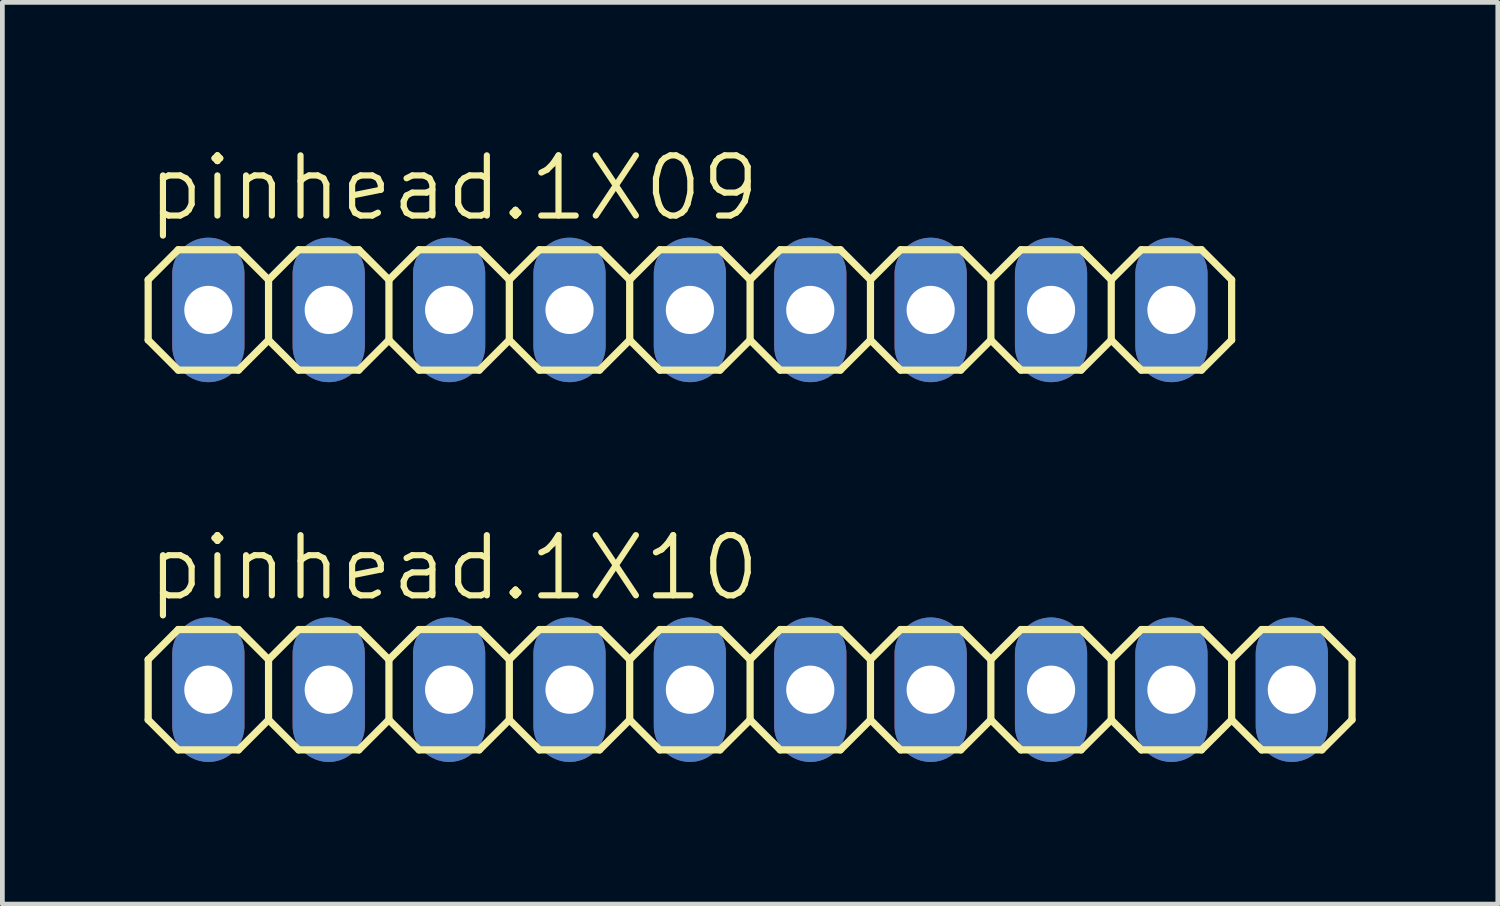
<source format=kicad_pcb>
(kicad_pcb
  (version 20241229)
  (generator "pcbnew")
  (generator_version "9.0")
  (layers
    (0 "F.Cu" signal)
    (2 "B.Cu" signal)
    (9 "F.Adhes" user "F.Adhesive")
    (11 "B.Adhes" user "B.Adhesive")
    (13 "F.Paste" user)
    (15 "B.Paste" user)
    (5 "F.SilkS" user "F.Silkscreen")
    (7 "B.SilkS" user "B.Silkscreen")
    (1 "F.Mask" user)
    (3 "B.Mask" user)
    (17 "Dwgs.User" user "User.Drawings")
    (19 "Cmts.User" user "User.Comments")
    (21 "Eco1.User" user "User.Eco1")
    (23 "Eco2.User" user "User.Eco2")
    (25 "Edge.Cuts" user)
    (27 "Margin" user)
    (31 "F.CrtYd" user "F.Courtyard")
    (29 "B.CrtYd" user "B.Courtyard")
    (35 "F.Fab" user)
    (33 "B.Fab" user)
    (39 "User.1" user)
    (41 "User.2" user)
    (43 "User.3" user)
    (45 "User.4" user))
  (footprint "pinhead.1X10"
    (layer "F.Cu")
    (at 12.776 11.502)
    (property "Reference" "pinhead.1X10" (at -12.776 -1.829 0) (layer "F.SilkS") (effects (font (size 1.27 1.27) (thickness 0.13)) (justify left bottom)))
    (attr through_hole)
    (fp_line (start -12.7 -0.635) (end -12.7 0.635) (stroke (width 0.152) (type default)) (layer "F.SilkS"))
    (fp_line (start -12.7 0.635) (end -12.065 1.27) (stroke (width 0.152) (type default)) (layer "F.SilkS"))
    (fp_line (start -12.065 -1.27) (end -12.7 -0.635) (stroke (width 0.152) (type default)) (layer "F.SilkS"))
    (fp_line (start -12.065 -1.27) (end -10.795 -1.27) (stroke (width 0.152) (type default)) (layer "F.SilkS"))
    (fp_line (start -10.795 -1.27) (end -10.16 -0.635) (stroke (width 0.152) (type default)) (layer "F.SilkS"))
    (fp_line (start -10.795 1.27) (end -12.065 1.27) (stroke (width 0.152) (type default)) (layer "F.SilkS"))
    (fp_line (start -10.16 -0.635) (end -10.16 0.635) (stroke (width 0.152) (type default)) (layer "F.SilkS"))
    (fp_line (start -10.16 -0.635) (end -9.525 -1.27) (stroke (width 0.152) (type default)) (layer "F.SilkS"))
    (fp_line (start -10.16 0.635) (end -10.795 1.27) (stroke (width 0.152) (type default)) (layer "F.SilkS"))
    (fp_line (start -9.525 -1.27) (end -8.255 -1.27) (stroke (width 0.152) (type default)) (layer "F.SilkS"))
    (fp_line (start -9.525 1.27) (end -10.16 0.635) (stroke (width 0.152) (type default)) (layer "F.SilkS"))
    (fp_line (start -8.255 -1.27) (end -7.62 -0.635) (stroke (width 0.152) (type default)) (layer "F.SilkS"))
    (fp_line (start -8.255 1.27) (end -9.525 1.27) (stroke (width 0.152) (type default)) (layer "F.SilkS"))
    (fp_line (start -7.62 -0.635) (end -7.62 0.635) (stroke (width 0.152) (type default)) (layer "F.SilkS"))
    (fp_line (start -7.62 -0.635) (end -6.985 -1.27) (stroke (width 0.152) (type default)) (layer "F.SilkS"))
    (fp_line (start -7.62 0.635) (end -8.255 1.27) (stroke (width 0.152) (type default)) (layer "F.SilkS"))
    (fp_line (start -6.985 -1.27) (end -5.715 -1.27) (stroke (width 0.152) (type default)) (layer "F.SilkS"))
    (fp_line (start -6.985 1.27) (end -7.62 0.635) (stroke (width 0.152) (type default)) (layer "F.SilkS"))
    (fp_line (start -5.715 -1.27) (end -5.08 -0.635) (stroke (width 0.152) (type default)) (layer "F.SilkS"))
    (fp_line (start -5.715 1.27) (end -6.985 1.27) (stroke (width 0.152) (type default)) (layer "F.SilkS"))
    (fp_line (start -5.08 -0.635) (end -5.08 0.635) (stroke (width 0.152) (type default)) (layer "F.SilkS"))
    (fp_line (start -5.08 0.635) (end -5.715 1.27) (stroke (width 0.152) (type default)) (layer "F.SilkS"))
    (fp_line (start -5.08 0.635) (end -4.445 1.27) (stroke (width 0.152) (type default)) (layer "F.SilkS"))
    (fp_line (start -4.445 -1.27) (end -5.08 -0.635) (stroke (width 0.152) (type default)) (layer "F.SilkS"))
    (fp_line (start -4.445 -1.27) (end -3.175 -1.27) (stroke (width 0.152) (type default)) (layer "F.SilkS"))
    (fp_line (start -3.175 -1.27) (end -2.54 -0.635) (stroke (width 0.152) (type default)) (layer "F.SilkS"))
    (fp_line (start -3.175 1.27) (end -4.445 1.27) (stroke (width 0.152) (type default)) (layer "F.SilkS"))
    (fp_line (start -2.54 -0.635) (end -2.54 0.635) (stroke (width 0.152) (type default)) (layer "F.SilkS"))
    (fp_line (start -2.54 -0.635) (end -1.905 -1.27) (stroke (width 0.152) (type default)) (layer "F.SilkS"))
    (fp_line (start -2.54 0.635) (end -3.175 1.27) (stroke (width 0.152) (type default)) (layer "F.SilkS"))
    (fp_line (start -1.905 -1.27) (end -0.635 -1.27) (stroke (width 0.152) (type default)) (layer "F.SilkS"))
    (fp_line (start -1.905 1.27) (end -2.54 0.635) (stroke (width 0.152) (type default)) (layer "F.SilkS"))
    (fp_line (start -0.635 -1.27) (end 0 -0.635) (stroke (width 0.152) (type default)) (layer "F.SilkS"))
    (fp_line (start -0.635 1.27) (end -1.905 1.27) (stroke (width 0.152) (type default)) (layer "F.SilkS"))
    (fp_line (start 0 -0.635) (end 0 0.635) (stroke (width 0.152) (type default)) (layer "F.SilkS"))
    (fp_line (start 0 -0.635) (end 0.635 -1.27) (stroke (width 0.152) (type default)) (layer "F.SilkS"))
    (fp_line (start 0 0.635) (end -0.635 1.27) (stroke (width 0.152) (type default)) (layer "F.SilkS"))
    (fp_line (start 0.635 -1.27) (end 1.905 -1.27) (stroke (width 0.152) (type default)) (layer "F.SilkS"))
    (fp_line (start 0.635 1.27) (end 0 0.635) (stroke (width 0.152) (type default)) (layer "F.SilkS"))
    (fp_line (start 1.905 -1.27) (end 2.54 -0.635) (stroke (width 0.152) (type default)) (layer "F.SilkS"))
    (fp_line (start 1.905 1.27) (end 0.635 1.27) (stroke (width 0.152) (type default)) (layer "F.SilkS"))
    (fp_line (start 2.54 -0.635) (end 2.54 0.635) (stroke (width 0.152) (type default)) (layer "F.SilkS"))
    (fp_line (start 2.54 0.635) (end 1.905 1.27) (stroke (width 0.152) (type default)) (layer "F.SilkS"))
    (fp_line (start 2.54 0.635) (end 3.175 1.27) (stroke (width 0.152) (type default)) (layer "F.SilkS"))
    (fp_line (start 3.175 -1.27) (end 2.54 -0.635) (stroke (width 0.152) (type default)) (layer "F.SilkS"))
    (fp_line (start 3.175 -1.27) (end 4.445 -1.27) (stroke (width 0.152) (type default)) (layer "F.SilkS"))
    (fp_line (start 4.445 -1.27) (end 5.08 -0.635) (stroke (width 0.152) (type default)) (layer "F.SilkS"))
    (fp_line (start 4.445 1.27) (end 3.175 1.27) (stroke (width 0.152) (type default)) (layer "F.SilkS"))
    (fp_line (start 5.08 -0.635) (end 5.08 0.635) (stroke (width 0.152) (type default)) (layer "F.SilkS"))
    (fp_line (start 5.08 -0.635) (end 5.715 -1.27) (stroke (width 0.152) (type default)) (layer "F.SilkS"))
    (fp_line (start 5.08 0.635) (end 4.445 1.27) (stroke (width 0.152) (type default)) (layer "F.SilkS"))
    (fp_line (start 5.715 -1.27) (end 6.985 -1.27) (stroke (width 0.152) (type default)) (layer "F.SilkS"))
    (fp_line (start 5.715 1.27) (end 5.08 0.635) (stroke (width 0.152) (type default)) (layer "F.SilkS"))
    (fp_line (start 6.985 -1.27) (end 7.62 -0.635) (stroke (width 0.152) (type default)) (layer "F.SilkS"))
    (fp_line (start 6.985 1.27) (end 5.715 1.27) (stroke (width 0.152) (type default)) (layer "F.SilkS"))
    (fp_line (start 7.62 -0.635) (end 7.62 0.635) (stroke (width 0.152) (type default)) (layer "F.SilkS"))
    (fp_line (start 7.62 -0.635) (end 8.255 -1.27) (stroke (width 0.152) (type default)) (layer "F.SilkS"))
    (fp_line (start 7.62 0.635) (end 6.985 1.27) (stroke (width 0.152) (type default)) (layer "F.SilkS"))
    (fp_line (start 8.255 -1.27) (end 9.525 -1.27) (stroke (width 0.152) (type default)) (layer "F.SilkS"))
    (fp_line (start 8.255 1.27) (end 7.62 0.635) (stroke (width 0.152) (type default)) (layer "F.SilkS"))
    (fp_line (start 9.525 -1.27) (end 10.16 -0.635) (stroke (width 0.152) (type default)) (layer "F.SilkS"))
    (fp_line (start 9.525 1.27) (end 8.255 1.27) (stroke (width 0.152) (type default)) (layer "F.SilkS"))
    (fp_line (start 10.16 -0.635) (end 10.16 0.635) (stroke (width 0.152) (type default)) (layer "F.SilkS"))
    (fp_line (start 10.16 0.635) (end 9.525 1.27) (stroke (width 0.152) (type default)) (layer "F.SilkS"))
    (fp_line (start 10.16 0.635) (end 10.795 1.27) (stroke (width 0.152) (type default)) (layer "F.SilkS"))
    (fp_line (start 10.795 -1.27) (end 10.16 -0.635) (stroke (width 0.152) (type default)) (layer "F.SilkS"))
    (fp_line (start 10.795 -1.27) (end 12.065 -1.27) (stroke (width 0.152) (type default)) (layer "F.SilkS"))
    (fp_line (start 12.065 -1.27) (end 12.7 -0.635) (stroke (width 0.152) (type default)) (layer "F.SilkS"))
    (fp_line (start 12.065 1.27) (end 10.795 1.27) (stroke (width 0.152) (type default)) (layer "F.SilkS"))
    (fp_line (start 12.7 -0.635) (end 12.7 0.635) (stroke (width 0.152) (type default)) (layer "F.SilkS"))
    (fp_line (start 12.7 0.635) (end 12.065 1.27) (stroke (width 0.152) (type default)) (layer "F.SilkS"))
    (fp_rect (start -11.684 0.254) (end -11.176 -0.254) (stroke (width 0.05) (type default)) (fill no) (layer "F.Fab"))
    (fp_rect (start -9.144 0.254) (end -8.636 -0.254) (stroke (width 0.05) (type default)) (fill no) (layer "F.Fab"))
    (fp_rect (start -6.604 0.254) (end -6.096 -0.254) (stroke (width 0.05) (type default)) (fill no) (layer "F.Fab"))
    (fp_rect (start -4.064 0.254) (end -3.556 -0.254) (stroke (width 0.05) (type default)) (fill no) (layer "F.Fab"))
    (fp_rect (start -1.524 0.254) (end -1.016 -0.254) (stroke (width 0.05) (type default)) (fill no) (layer "F.Fab"))
    (fp_rect (start 1.016 0.254) (end 1.524 -0.254) (stroke (width 0.05) (type default)) (fill no) (layer "F.Fab"))
    (fp_rect (start 3.556 0.254) (end 4.064 -0.254) (stroke (width 0.05) (type default)) (fill no) (layer "F.Fab"))
    (fp_rect (start 6.096 0.254) (end 6.604 -0.254) (stroke (width 0.05) (type default)) (fill no) (layer "F.Fab"))
    (fp_rect (start 8.636 0.254) (end 9.144 -0.254) (stroke (width 0.05) (type default)) (fill no) (layer "F.Fab"))
    (fp_rect (start 11.176 0.254) (end 11.684 -0.254) (stroke (width 0.05) (type default)) (fill no) (layer "F.Fab"))
    (pad "1" thru_hole oval (at -11.43 0 90) (size 3.048 1.524) (drill 1.016) (layers "*.Cu" "*.Mask"))
    (pad "2" thru_hole oval (at -8.89 0 90) (size 3.048 1.524) (drill 1.016) (layers "*.Cu" "*.Mask"))
    (pad "3" thru_hole oval (at -6.35 0 90) (size 3.048 1.524) (drill 1.016) (layers "*.Cu" "*.Mask"))
    (pad "4" thru_hole oval (at -3.81 0 90) (size 3.048 1.524) (drill 1.016) (layers "*.Cu" "*.Mask"))
    (pad "5" thru_hole oval (at -1.27 0 90) (size 3.048 1.524) (drill 1.016) (layers "*.Cu" "*.Mask"))
    (pad "6" thru_hole oval (at 1.27 0 90) (size 3.048 1.524) (drill 1.016) (layers "*.Cu" "*.Mask"))
    (pad "7" thru_hole oval (at 3.81 0 90) (size 3.048 1.524) (drill 1.016) (layers "*.Cu" "*.Mask"))
    (pad "8" thru_hole oval (at 6.35 0 90) (size 3.048 1.524) (drill 1.016) (layers "*.Cu" "*.Mask"))
    (pad "9" thru_hole oval (at 8.89 0 90) (size 3.048 1.524) (drill 1.016) (layers "*.Cu" "*.Mask"))
    (pad "10" thru_hole oval (at 11.43 0 90) (size 3.048 1.524) (drill 1.016) (layers "*.Cu" "*.Mask")))
  (footprint "pinhead.1X09"
    (layer "F.Cu")
    (at 11.506 3.489)
    (property "Reference" "pinhead.1X09" (at -11.506 -1.829 0) (layer "F.SilkS") (effects (font (size 1.27 1.27) (thickness 0.13)) (justify left bottom)))
    (attr through_hole)
    (fp_line (start -11.43 -0.635) (end -11.43 0.635) (stroke (width 0.152) (type default)) (layer "F.SilkS"))
    (fp_line (start -11.43 0.635) (end -10.795 1.27) (stroke (width 0.152) (type default)) (layer "F.SilkS"))
    (fp_line (start -10.795 -1.27) (end -11.43 -0.635) (stroke (width 0.152) (type default)) (layer "F.SilkS"))
    (fp_line (start -10.795 -1.27) (end -9.525 -1.27) (stroke (width 0.152) (type default)) (layer "F.SilkS"))
    (fp_line (start -9.525 -1.27) (end -8.89 -0.635) (stroke (width 0.152) (type default)) (layer "F.SilkS"))
    (fp_line (start -9.525 1.27) (end -10.795 1.27) (stroke (width 0.152) (type default)) (layer "F.SilkS"))
    (fp_line (start -8.89 -0.635) (end -8.89 0.635) (stroke (width 0.152) (type default)) (layer "F.SilkS"))
    (fp_line (start -8.89 -0.635) (end -8.255 -1.27) (stroke (width 0.152) (type default)) (layer "F.SilkS"))
    (fp_line (start -8.89 0.635) (end -9.525 1.27) (stroke (width 0.152) (type default)) (layer "F.SilkS"))
    (fp_line (start -8.255 -1.27) (end -6.985 -1.27) (stroke (width 0.152) (type default)) (layer "F.SilkS"))
    (fp_line (start -8.255 1.27) (end -8.89 0.635) (stroke (width 0.152) (type default)) (layer "F.SilkS"))
    (fp_line (start -6.985 -1.27) (end -6.35 -0.635) (stroke (width 0.152) (type default)) (layer "F.SilkS"))
    (fp_line (start -6.985 1.27) (end -8.255 1.27) (stroke (width 0.152) (type default)) (layer "F.SilkS"))
    (fp_line (start -6.35 -0.635) (end -6.35 0.635) (stroke (width 0.152) (type default)) (layer "F.SilkS"))
    (fp_line (start -6.35 -0.635) (end -5.715 -1.27) (stroke (width 0.152) (type default)) (layer "F.SilkS"))
    (fp_line (start -6.35 0.635) (end -6.985 1.27) (stroke (width 0.152) (type default)) (layer "F.SilkS"))
    (fp_line (start -5.715 -1.27) (end -4.445 -1.27) (stroke (width 0.152) (type default)) (layer "F.SilkS"))
    (fp_line (start -5.715 1.27) (end -6.35 0.635) (stroke (width 0.152) (type default)) (layer "F.SilkS"))
    (fp_line (start -4.445 -1.27) (end -3.81 -0.635) (stroke (width 0.152) (type default)) (layer "F.SilkS"))
    (fp_line (start -4.445 1.27) (end -5.715 1.27) (stroke (width 0.152) (type default)) (layer "F.SilkS"))
    (fp_line (start -3.81 -0.635) (end -3.81 0.635) (stroke (width 0.152) (type default)) (layer "F.SilkS"))
    (fp_line (start -3.81 0.635) (end -4.445 1.27) (stroke (width 0.152) (type default)) (layer "F.SilkS"))
    (fp_line (start -3.81 0.635) (end -3.175 1.27) (stroke (width 0.152) (type default)) (layer "F.SilkS"))
    (fp_line (start -3.175 -1.27) (end -3.81 -0.635) (stroke (width 0.152) (type default)) (layer "F.SilkS"))
    (fp_line (start -3.175 -1.27) (end -1.905 -1.27) (stroke (width 0.152) (type default)) (layer "F.SilkS"))
    (fp_line (start -1.905 -1.27) (end -1.27 -0.635) (stroke (width 0.152) (type default)) (layer "F.SilkS"))
    (fp_line (start -1.905 1.27) (end -3.175 1.27) (stroke (width 0.152) (type default)) (layer "F.SilkS"))
    (fp_line (start -1.27 -0.635) (end -1.27 0.635) (stroke (width 0.152) (type default)) (layer "F.SilkS"))
    (fp_line (start -1.27 -0.635) (end -0.635 -1.27) (stroke (width 0.152) (type default)) (layer "F.SilkS"))
    (fp_line (start -1.27 0.635) (end -1.905 1.27) (stroke (width 0.152) (type default)) (layer "F.SilkS"))
    (fp_line (start -0.635 -1.27) (end 0.635 -1.27) (stroke (width 0.152) (type default)) (layer "F.SilkS"))
    (fp_line (start -0.635 1.27) (end -1.27 0.635) (stroke (width 0.152) (type default)) (layer "F.SilkS"))
    (fp_line (start 0.635 -1.27) (end 1.27 -0.635) (stroke (width 0.152) (type default)) (layer "F.SilkS"))
    (fp_line (start 0.635 1.27) (end -0.635 1.27) (stroke (width 0.152) (type default)) (layer "F.SilkS"))
    (fp_line (start 1.27 -0.635) (end 1.27 0.635) (stroke (width 0.152) (type default)) (layer "F.SilkS"))
    (fp_line (start 1.27 -0.635) (end 1.905 -1.27) (stroke (width 0.152) (type default)) (layer "F.SilkS"))
    (fp_line (start 1.27 0.635) (end 0.635 1.27) (stroke (width 0.152) (type default)) (layer "F.SilkS"))
    (fp_line (start 1.905 -1.27) (end 3.175 -1.27) (stroke (width 0.152) (type default)) (layer "F.SilkS"))
    (fp_line (start 1.905 1.27) (end 1.27 0.635) (stroke (width 0.152) (type default)) (layer "F.SilkS"))
    (fp_line (start 3.175 -1.27) (end 3.81 -0.635) (stroke (width 0.152) (type default)) (layer "F.SilkS"))
    (fp_line (start 3.175 1.27) (end 1.905 1.27) (stroke (width 0.152) (type default)) (layer "F.SilkS"))
    (fp_line (start 3.81 -0.635) (end 3.81 0.635) (stroke (width 0.152) (type default)) (layer "F.SilkS"))
    (fp_line (start 3.81 0.635) (end 3.175 1.27) (stroke (width 0.152) (type default)) (layer "F.SilkS"))
    (fp_line (start 3.81 0.635) (end 4.445 1.27) (stroke (width 0.152) (type default)) (layer "F.SilkS"))
    (fp_line (start 4.445 -1.27) (end 3.81 -0.635) (stroke (width 0.152) (type default)) (layer "F.SilkS"))
    (fp_line (start 4.445 -1.27) (end 5.715 -1.27) (stroke (width 0.152) (type default)) (layer "F.SilkS"))
    (fp_line (start 5.715 -1.27) (end 6.35 -0.635) (stroke (width 0.152) (type default)) (layer "F.SilkS"))
    (fp_line (start 5.715 1.27) (end 4.445 1.27) (stroke (width 0.152) (type default)) (layer "F.SilkS"))
    (fp_line (start 6.35 -0.635) (end 6.35 0.635) (stroke (width 0.152) (type default)) (layer "F.SilkS"))
    (fp_line (start 6.35 -0.635) (end 6.985 -1.27) (stroke (width 0.152) (type default)) (layer "F.SilkS"))
    (fp_line (start 6.35 0.635) (end 5.715 1.27) (stroke (width 0.152) (type default)) (layer "F.SilkS"))
    (fp_line (start 6.985 -1.27) (end 8.255 -1.27) (stroke (width 0.152) (type default)) (layer "F.SilkS"))
    (fp_line (start 6.985 1.27) (end 6.35 0.635) (stroke (width 0.152) (type default)) (layer "F.SilkS"))
    (fp_line (start 8.255 -1.27) (end 8.89 -0.635) (stroke (width 0.152) (type default)) (layer "F.SilkS"))
    (fp_line (start 8.255 1.27) (end 6.985 1.27) (stroke (width 0.152) (type default)) (layer "F.SilkS"))
    (fp_line (start 8.89 -0.635) (end 8.89 0.635) (stroke (width 0.152) (type default)) (layer "F.SilkS"))
    (fp_line (start 8.89 0.635) (end 8.255 1.27) (stroke (width 0.152) (type default)) (layer "F.SilkS"))
    (fp_line (start 8.89 0.635) (end 9.525 1.27) (stroke (width 0.152) (type default)) (layer "F.SilkS"))
    (fp_line (start 9.525 -1.27) (end 8.89 -0.635) (stroke (width 0.152) (type default)) (layer "F.SilkS"))
    (fp_line (start 9.525 -1.27) (end 10.795 -1.27) (stroke (width 0.152) (type default)) (layer "F.SilkS"))
    (fp_line (start 10.795 -1.27) (end 11.43 -0.635) (stroke (width 0.152) (type default)) (layer "F.SilkS"))
    (fp_line (start 10.795 1.27) (end 9.525 1.27) (stroke (width 0.152) (type default)) (layer "F.SilkS"))
    (fp_line (start 11.43 -0.635) (end 11.43 0.635) (stroke (width 0.152) (type default)) (layer "F.SilkS"))
    (fp_line (start 11.43 0.635) (end 10.795 1.27) (stroke (width 0.152) (type default)) (layer "F.SilkS"))
    (fp_rect (start -10.414 0.254) (end -9.906 -0.254) (stroke (width 0.05) (type default)) (fill no) (layer "F.Fab"))
    (fp_rect (start -7.874 0.254) (end -7.366 -0.254) (stroke (width 0.05) (type default)) (fill no) (layer "F.Fab"))
    (fp_rect (start -5.334 0.254) (end -4.826 -0.254) (stroke (width 0.05) (type default)) (fill no) (layer "F.Fab"))
    (fp_rect (start -2.794 0.254) (end -2.286 -0.254) (stroke (width 0.05) (type default)) (fill no) (layer "F.Fab"))
    (fp_rect (start -0.254 0.254) (end 0.254 -0.254) (stroke (width 0.05) (type default)) (fill no) (layer "F.Fab"))
    (fp_rect (start 2.286 0.254) (end 2.794 -0.254) (stroke (width 0.05) (type default)) (fill no) (layer "F.Fab"))
    (fp_rect (start 4.826 0.254) (end 5.334 -0.254) (stroke (width 0.05) (type default)) (fill no) (layer "F.Fab"))
    (fp_rect (start 7.366 0.254) (end 7.874 -0.254) (stroke (width 0.05) (type default)) (fill no) (layer "F.Fab"))
    (fp_rect (start 9.906 0.254) (end 10.414 -0.254) (stroke (width 0.05) (type default)) (fill no) (layer "F.Fab"))
    (pad "1" thru_hole oval (at -10.16 0 90) (size 3.048 1.524) (drill 1.016) (layers "*.Cu" "*.Mask"))
    (pad "2" thru_hole oval (at -7.62 0 90) (size 3.048 1.524) (drill 1.016) (layers "*.Cu" "*.Mask"))
    (pad "3" thru_hole oval (at -5.08 0 90) (size 3.048 1.524) (drill 1.016) (layers "*.Cu" "*.Mask"))
    (pad "4" thru_hole oval (at -2.54 0 90) (size 3.048 1.524) (drill 1.016) (layers "*.Cu" "*.Mask"))
    (pad "5" thru_hole oval (at 0 0 90) (size 3.048 1.524) (drill 1.016) (layers "*.Cu" "*.Mask"))
    (pad "6" thru_hole oval (at 2.54 0 90) (size 3.048 1.524) (drill 1.016) (layers "*.Cu" "*.Mask"))
    (pad "7" thru_hole oval (at 5.08 0 90) (size 3.048 1.524) (drill 1.016) (layers "*.Cu" "*.Mask"))
    (pad "8" thru_hole oval (at 7.62 0 90) (size 3.048 1.524) (drill 1.016) (layers "*.Cu" "*.Mask"))
    (pad "9" thru_hole oval (at 10.16 0 90) (size 3.048 1.524) (drill 1.016) (layers "*.Cu" "*.Mask")))
  (gr_rect
    (start -3 -3)
    (end 28.552 16.026)
    (stroke (width 0.1) (type default))
    (fill no)
    (layer "Edge.Cuts")))
</source>
